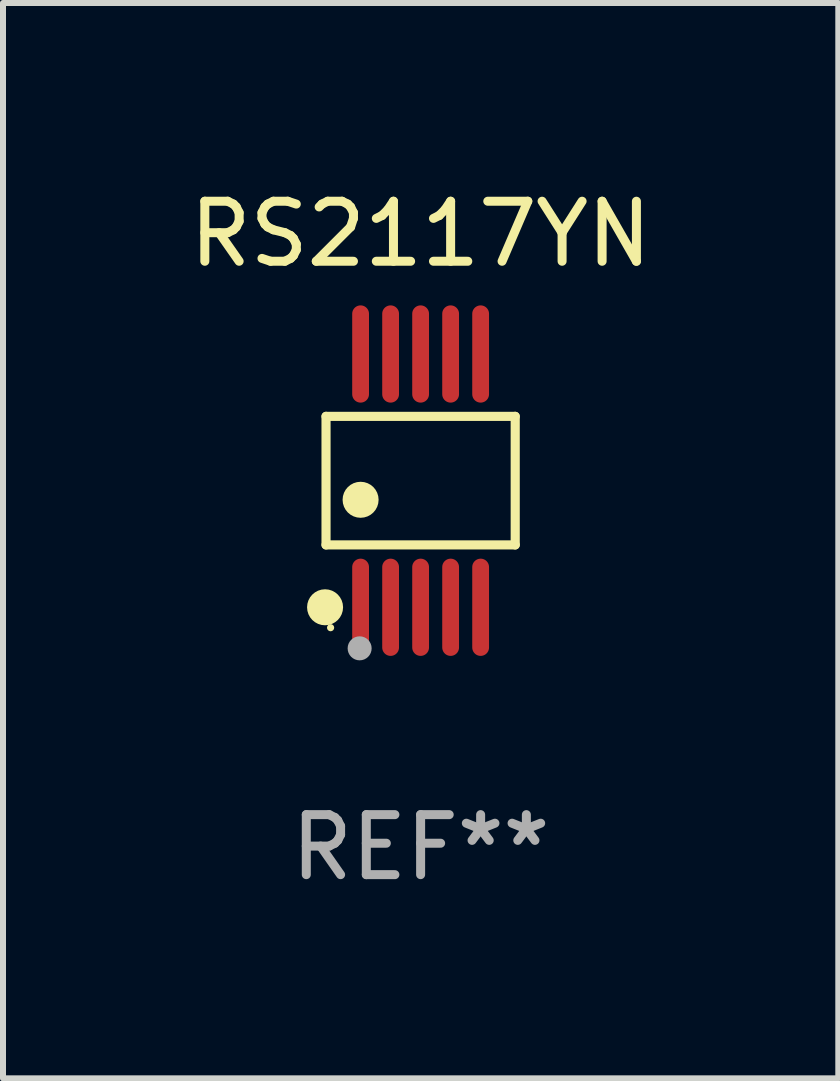
<source format=kicad_pcb>
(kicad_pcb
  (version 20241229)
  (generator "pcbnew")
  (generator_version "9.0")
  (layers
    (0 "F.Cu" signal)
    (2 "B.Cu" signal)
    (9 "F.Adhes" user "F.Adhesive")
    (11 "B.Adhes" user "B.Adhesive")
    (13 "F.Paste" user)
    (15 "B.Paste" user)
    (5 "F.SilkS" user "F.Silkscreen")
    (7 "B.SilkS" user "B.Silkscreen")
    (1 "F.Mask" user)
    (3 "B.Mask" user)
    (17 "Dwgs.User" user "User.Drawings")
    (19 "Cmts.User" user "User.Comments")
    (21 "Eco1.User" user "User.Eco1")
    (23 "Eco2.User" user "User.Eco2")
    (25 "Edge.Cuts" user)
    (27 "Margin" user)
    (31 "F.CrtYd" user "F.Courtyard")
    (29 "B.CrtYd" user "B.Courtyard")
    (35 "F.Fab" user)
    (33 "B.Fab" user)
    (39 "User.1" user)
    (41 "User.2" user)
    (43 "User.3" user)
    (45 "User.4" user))
  (footprint "RS2117YN"
    (layer "F.Cu")
    (at 3.958 4.958)
    (property "Reference" "RS2117YN" (at 0 -4.11 0) (layer "F.SilkS") (effects (font (size 1 1) (thickness 0.15))))
    (attr through_hole)
    (fp_line (start -1.576 -1.071) (end 1.576 -1.071) (stroke (width 0.152) (type solid)) (layer "F.SilkS"))
    (fp_line (start -1.576 1.071) (end -1.576 -1.071) (stroke (width 0.152) (type solid)) (layer "F.SilkS"))
    (fp_line (start 1.576 -1.071) (end 1.576 1.071) (stroke (width 0.152) (type solid)) (layer "F.SilkS"))
    (fp_line (start 1.576 1.071) (end -1.576 1.071) (stroke (width 0.152) (type solid)) (layer "F.SilkS"))
    (fp_circle (center -1.592 2.11) (end -1.442 2.11) (stroke (width 0.3) (type solid)) (fill no) (layer "F.SilkS"))
    (fp_circle (center -1.5 2.45) (end -1.47 2.45) (stroke (width 0.06) (type solid)) (fill no) (layer "F.SilkS"))
    (fp_circle (center -1 0.319) (end -0.85 0.319) (stroke (width 0.3) (type solid)) (fill no) (layer "F.SilkS"))
    (fp_circle (center -1.016 2.794) (end -0.916 2.794) (stroke (width 0.2) (type solid)) (fill no) (layer "F.Fab"))
    (fp_text user "REF**" (at 0 6.11 0) (layer "F.Fab") (effects (font (size 1 1) (thickness 0.15))))
    (pad "1" smd oval (at -1 2.11) (size 0.28 1.62) (layers "F.Cu" "F.Mask" "F.Paste"))
    (pad "2" smd oval (at -0.5 2.11) (size 0.28 1.62) (layers "F.Cu" "F.Mask" "F.Paste"))
    (pad "3" smd oval (at 0 2.11) (size 0.28 1.62) (layers "F.Cu" "F.Mask" "F.Paste"))
    (pad "4" smd oval (at 0.5 2.11) (size 0.28 1.62) (layers "F.Cu" "F.Mask" "F.Paste"))
    (pad "5" smd oval (at 1 2.11) (size 0.28 1.62) (layers "F.Cu" "F.Mask" "F.Paste"))
    (pad "6" smd oval (at 1 -2.11) (size 0.28 1.62) (layers "F.Cu" "F.Mask" "F.Paste"))
    (pad "7" smd oval (at 0.5 -2.11) (size 0.28 1.62) (layers "F.Cu" "F.Mask" "F.Paste"))
    (pad "8" smd oval (at 0 -2.11) (size 0.28 1.62) (layers "F.Cu" "F.Mask" "F.Paste"))
    (pad "9" smd oval (at -0.5 -2.11) (size 0.28 1.62) (layers "F.Cu" "F.Mask" "F.Paste"))
    (pad "10" smd oval (at -1 -2.11) (size 0.28 1.62) (layers "F.Cu" "F.Mask" "F.Paste")))
  (gr_rect
    (start -3 -3)
    (end 10.917 14.916)
    (stroke (width 0.1) (type default))
    (fill no)
    (layer "Edge.Cuts")))
</source>
